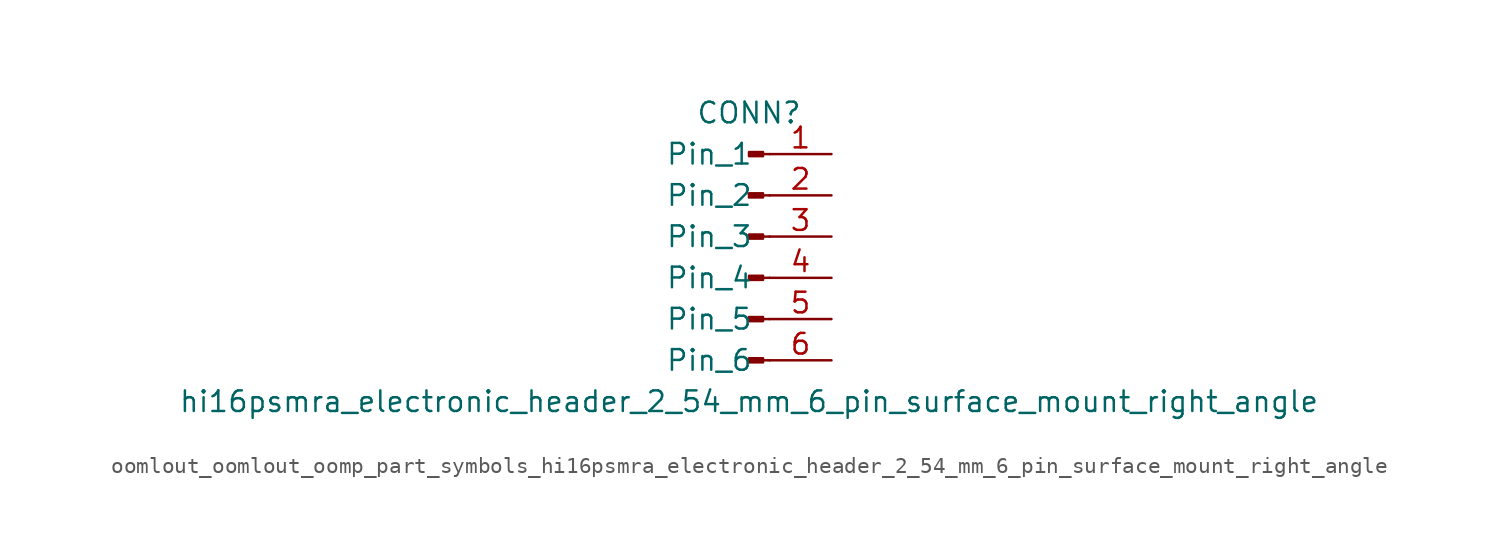
<source format=kicad_sym>
(kicad_symbol_lib
  (version 20220914)
  (generator kicad_symbol_editor)
  (symbol "oomlout_oomlout_oomp_part_symbols_hi16psmra_electronic_header_2_54_mm_6_pin_surface_mount_right_angle"
    (pin_names
      (offset 1.016))
    (property "Reference" "CONN"
      (at 0 7.62 0)
      (effects (font (size 1.27 1.27))))
    (property "Value" "hi16psmra_electronic_header_2_54_mm_6_pin_surface_mount_right_angle"
      (at 0 -10.16 0)
      (effects (font (size 1.27 1.27))))
    (property "ki_locked" ""
      (at 0 0 0)
      (effects (font (size 1.27 1.27))))
    (symbol "oomlout_oomlout_oomp_part_symbols_hi16psmra_electronic_header_2_54_mm_6_pin_surface_mount_right_angle_1_1"
      (polyline (pts (xy 1.27 -7.62) (xy 0.864 -7.62)) (stroke (width 0.152) (type default)) (fill (type none)))
      (polyline (pts (xy 1.27 -5.08) (xy 0.864 -5.08)) (stroke (width 0.152) (type default)) (fill (type none)))
      (polyline (pts (xy 1.27 -2.54) (xy 0.864 -2.54)) (stroke (width 0.152) (type default)) (fill (type none)))
      (polyline (pts (xy 1.27 0) (xy 0.864 0)) (stroke (width 0.152) (type default)) (fill (type none)))
      (polyline (pts (xy 1.27 2.54) (xy 0.864 2.54)) (stroke (width 0.152) (type default)) (fill (type none)))
      (polyline (pts (xy 1.27 5.08) (xy 0.864 5.08)) (stroke (width 0.152) (type default)) (fill (type none)))
      (rectangle (start 0.864 -7.493) (end 0 -7.747) (stroke (width 0.152) (type default)) (fill (type outline)))
      (rectangle (start 0.864 -4.953) (end 0 -5.207) (stroke (width 0.152) (type default)) (fill (type outline)))
      (rectangle (start 0.864 -2.413) (end 0 -2.667) (stroke (width 0.152) (type default)) (fill (type outline)))
      (rectangle (start 0.864 0.127) (end 0 -0.127) (stroke (width 0.152) (type default)) (fill (type outline)))
      (rectangle (start 0.864 2.667) (end 0 2.413) (stroke (width 0.152) (type default)) (fill (type outline)))
      (rectangle (start 0.864 5.207) (end 0 4.953) (stroke (width 0.152) (type default)) (fill (type outline)))
      (pin passive line (at 5.08 5.08 180) (length 3.81) (name "Pin_1" (effects (font (size 1.27 1.27)))) (number "1" (effects (font (size 1.27 1.27)))))
      (pin passive line (at 5.08 2.54 180) (length 3.81) (name "Pin_2" (effects (font (size 1.27 1.27)))) (number "2" (effects (font (size 1.27 1.27)))))
      (pin passive line (at 5.08 0 180) (length 3.81) (name "Pin_3" (effects (font (size 1.27 1.27)))) (number "3" (effects (font (size 1.27 1.27)))))
      (pin passive line (at 5.08 -2.54 180) (length 3.81) (name "Pin_4" (effects (font (size 1.27 1.27)))) (number "4" (effects (font (size 1.27 1.27)))))
      (pin passive line (at 5.08 -5.08 180) (length 3.81) (name "Pin_5" (effects (font (size 1.27 1.27)))) (number "5" (effects (font (size 1.27 1.27)))))
      (pin passive line (at 5.08 -7.62 180) (length 3.81) (name "Pin_6" (effects (font (size 1.27 1.27)))) (number "6" (effects (font (size 1.27 1.27))))))))
</source>
